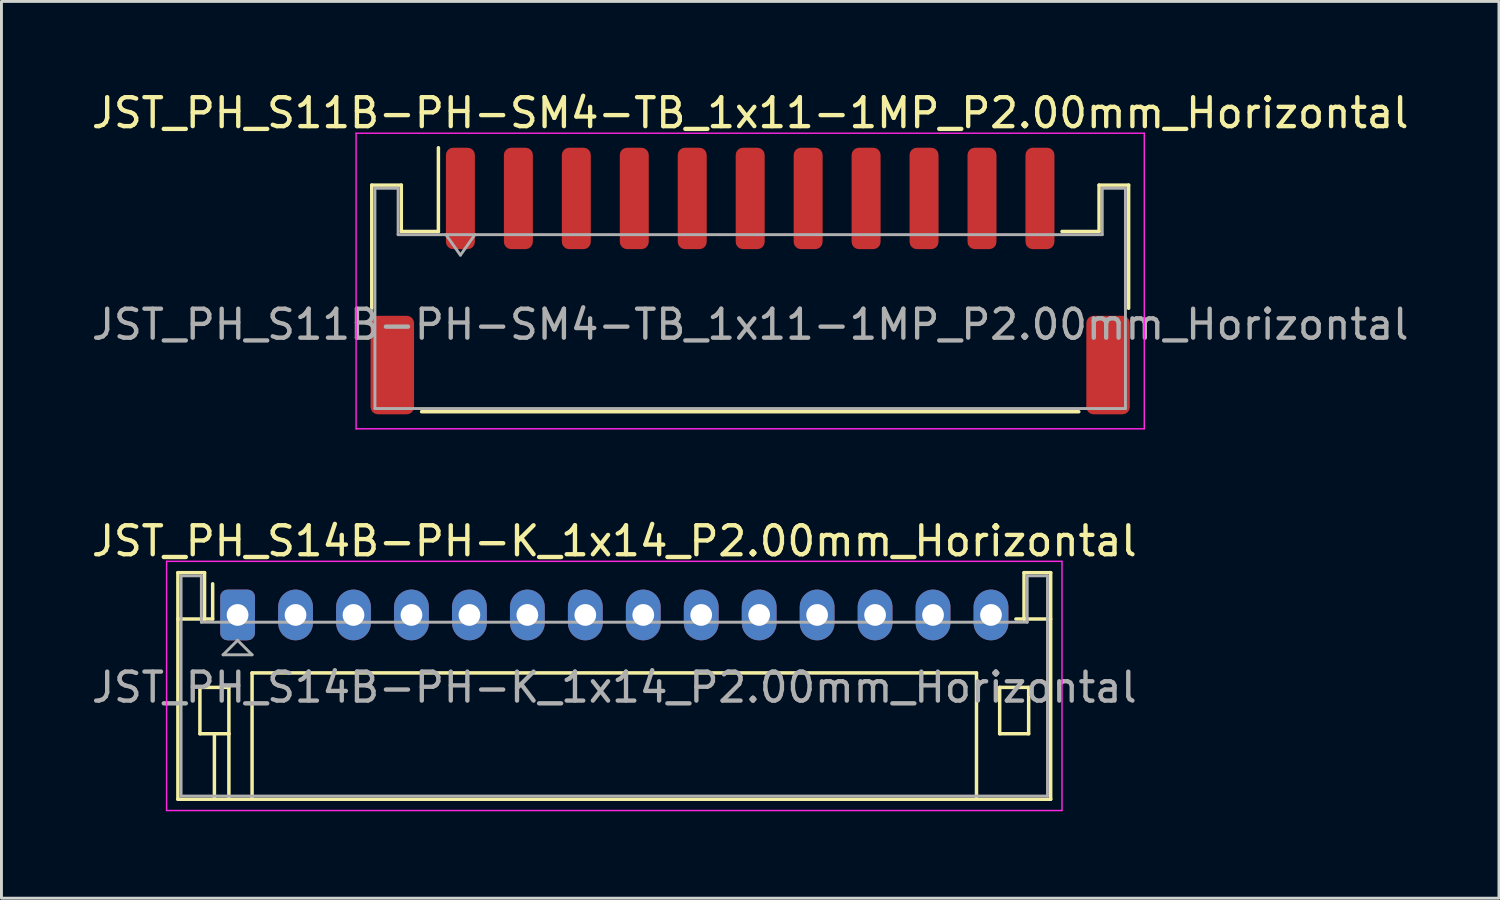
<source format=kicad_pcb>
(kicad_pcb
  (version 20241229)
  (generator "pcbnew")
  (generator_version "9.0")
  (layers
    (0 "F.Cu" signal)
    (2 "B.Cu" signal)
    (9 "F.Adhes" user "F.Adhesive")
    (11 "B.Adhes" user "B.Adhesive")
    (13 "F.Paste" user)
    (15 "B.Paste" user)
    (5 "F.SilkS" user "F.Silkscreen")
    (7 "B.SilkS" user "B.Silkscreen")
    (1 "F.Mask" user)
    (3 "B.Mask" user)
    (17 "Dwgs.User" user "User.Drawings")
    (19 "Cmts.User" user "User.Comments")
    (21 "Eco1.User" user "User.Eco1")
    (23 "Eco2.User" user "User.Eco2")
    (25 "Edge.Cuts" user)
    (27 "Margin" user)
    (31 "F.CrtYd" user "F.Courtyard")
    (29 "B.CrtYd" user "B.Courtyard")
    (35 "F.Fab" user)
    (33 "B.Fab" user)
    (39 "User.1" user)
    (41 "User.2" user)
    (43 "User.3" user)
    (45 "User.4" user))
  (footprint "JST_PH_S11B-PH-SM4-TB_1x11-1MP_P2.00mm_Horizontal"
    (layer "F.Cu")
    (at 22.839 6.648)
    (property "Reference" "JST_PH_S11B-PH-SM4-TB_1x11-1MP_P2.00mm_Horizontal" (at 0 -5.8 0) (layer "F.SilkS") (effects (font (size 1 1) (thickness 0.15))))
    (attr smd)
    (fp_line (start -13.06 -3.31) (end -12.04 -3.31) (stroke (width 0.12) (type solid)) (layer "F.SilkS"))
    (fp_line (start -13.06 0.94) (end -13.06 -3.31) (stroke (width 0.12) (type solid)) (layer "F.SilkS"))
    (fp_line (start -12.04 -3.31) (end -12.04 -1.71) (stroke (width 0.12) (type solid)) (layer "F.SilkS"))
    (fp_line (start -12.04 -1.71) (end -10.76 -1.71) (stroke (width 0.12) (type solid)) (layer "F.SilkS"))
    (fp_line (start -11.34 4.51) (end 11.34 4.51) (stroke (width 0.12) (type solid)) (layer "F.SilkS"))
    (fp_line (start -10.76 -1.71) (end -10.76 -4.6) (stroke (width 0.12) (type solid)) (layer "F.SilkS"))
    (fp_line (start 12.04 -3.31) (end 12.04 -1.71) (stroke (width 0.12) (type solid)) (layer "F.SilkS"))
    (fp_line (start 12.04 -1.71) (end 10.76 -1.71) (stroke (width 0.12) (type solid)) (layer "F.SilkS"))
    (fp_line (start 13.06 -3.31) (end 12.04 -3.31) (stroke (width 0.12) (type solid)) (layer "F.SilkS"))
    (fp_line (start 13.06 0.94) (end 13.06 -3.31) (stroke (width 0.12) (type solid)) (layer "F.SilkS"))
    (fp_line (start -13.6 -5.1) (end -13.6 5.1) (stroke (width 0.05) (type solid)) (layer "F.CrtYd"))
    (fp_line (start -13.6 5.1) (end 13.6 5.1) (stroke (width 0.05) (type solid)) (layer "F.CrtYd"))
    (fp_line (start 13.6 -5.1) (end -13.6 -5.1) (stroke (width 0.05) (type solid)) (layer "F.CrtYd"))
    (fp_line (start 13.6 5.1) (end 13.6 -5.1) (stroke (width 0.05) (type solid)) (layer "F.CrtYd"))
    (fp_line (start -12.95 -3.2) (end -12.95 4.4) (stroke (width 0.1) (type solid)) (layer "F.Fab"))
    (fp_line (start -12.95 -3.2) (end -12.15 -3.2) (stroke (width 0.1) (type solid)) (layer "F.Fab"))
    (fp_line (start -12.95 4.4) (end 12.95 4.4) (stroke (width 0.1) (type solid)) (layer "F.Fab"))
    (fp_line (start -12.15 -3.2) (end -12.15 -1.6) (stroke (width 0.1) (type solid)) (layer "F.Fab"))
    (fp_line (start -12.15 -1.6) (end 12.15 -1.6) (stroke (width 0.1) (type solid)) (layer "F.Fab"))
    (fp_line (start -10.5 -1.6) (end -10 -0.893) (stroke (width 0.1) (type solid)) (layer "F.Fab"))
    (fp_line (start -10 -0.893) (end -9.5 -1.6) (stroke (width 0.1) (type solid)) (layer "F.Fab"))
    (fp_line (start 12.15 -3.2) (end 12.95 -3.2) (stroke (width 0.1) (type solid)) (layer "F.Fab"))
    (fp_line (start 12.15 -1.6) (end 12.15 -3.2) (stroke (width 0.1) (type solid)) (layer "F.Fab"))
    (fp_line (start 12.95 -3.2) (end 12.95 4.4) (stroke (width 0.1) (type solid)) (layer "F.Fab"))
    (fp_text user "${REFERENCE}" (at 0 1.5 0) (layer "F.Fab") (effects (font (size 1 1) (thickness 0.15))))
    (pad "1" smd roundrect (at -10 -2.85) (size 1 3.5) (layers "F.Cu" "F.Mask" "F.Paste") (roundrect_rratio 0.25))
    (pad "2" smd roundrect (at -8 -2.85) (size 1 3.5) (layers "F.Cu" "F.Mask" "F.Paste") (roundrect_rratio 0.25))
    (pad "3" smd roundrect (at -6 -2.85) (size 1 3.5) (layers "F.Cu" "F.Mask" "F.Paste") (roundrect_rratio 0.25))
    (pad "4" smd roundrect (at -4 -2.85) (size 1 3.5) (layers "F.Cu" "F.Mask" "F.Paste") (roundrect_rratio 0.25))
    (pad "5" smd roundrect (at -2 -2.85) (size 1 3.5) (layers "F.Cu" "F.Mask" "F.Paste") (roundrect_rratio 0.25))
    (pad "6" smd roundrect (at 0 -2.85) (size 1 3.5) (layers "F.Cu" "F.Mask" "F.Paste") (roundrect_rratio 0.25))
    (pad "7" smd roundrect (at 2 -2.85) (size 1 3.5) (layers "F.Cu" "F.Mask" "F.Paste") (roundrect_rratio 0.25))
    (pad "8" smd roundrect (at 4 -2.85) (size 1 3.5) (layers "F.Cu" "F.Mask" "F.Paste") (roundrect_rratio 0.25))
    (pad "9" smd roundrect (at 6 -2.85) (size 1 3.5) (layers "F.Cu" "F.Mask" "F.Paste") (roundrect_rratio 0.25))
    (pad "10" smd roundrect (at 8 -2.85) (size 1 3.5) (layers "F.Cu" "F.Mask" "F.Paste") (roundrect_rratio 0.25))
    (pad "11" smd roundrect (at 10 -2.85) (size 1 3.5) (layers "F.Cu" "F.Mask" "F.Paste") (roundrect_rratio 0.25))
    (pad "MP" smd roundrect (at -12.35 2.9) (size 1.5 3.4) (layers "F.Cu" "F.Mask" "F.Paste") (roundrect_rratio 0.167))
    (pad "MP" smd roundrect (at 12.35 2.9) (size 1.5 3.4) (layers "F.Cu" "F.Mask" "F.Paste") (roundrect_rratio 0.167)))
  (footprint "JST_PH_S14B-PH-K_1x14_P2.00mm_Horizontal"
    (layer "F.Cu")
    (at 5.149 18.172)
    (property "Reference" "JST_PH_S14B-PH-K_1x14_P2.00mm_Horizontal" (at 13 -2.55 0) (layer "F.SilkS") (effects (font (size 1 1) (thickness 0.15))))
    (attr through_hole)
    (fp_line (start -2.06 -1.46) (end -2.06 6.36) (stroke (width 0.12) (type solid)) (layer "F.SilkS"))
    (fp_line (start -2.06 0.14) (end -1.14 0.14) (stroke (width 0.12) (type solid)) (layer "F.SilkS"))
    (fp_line (start -2.06 6.36) (end 28.06 6.36) (stroke (width 0.12) (type solid)) (layer "F.SilkS"))
    (fp_line (start -1.3 2.5) (end -1.3 4.1) (stroke (width 0.12) (type solid)) (layer "F.SilkS"))
    (fp_line (start -1.3 4.1) (end -0.3 4.1) (stroke (width 0.12) (type solid)) (layer "F.SilkS"))
    (fp_line (start -1.14 -1.46) (end -2.06 -1.46) (stroke (width 0.12) (type solid)) (layer "F.SilkS"))
    (fp_line (start -1.14 0.14) (end -1.14 -1.46) (stroke (width 0.12) (type solid)) (layer "F.SilkS"))
    (fp_line (start -0.86 0.14) (end -1.14 0.14) (stroke (width 0.12) (type solid)) (layer "F.SilkS"))
    (fp_line (start -0.86 0.14) (end -0.86 -1.075) (stroke (width 0.12) (type solid)) (layer "F.SilkS"))
    (fp_line (start -0.8 4.1) (end -0.8 6.36) (stroke (width 0.12) (type solid)) (layer "F.SilkS"))
    (fp_line (start -0.3 2.5) (end -1.3 2.5) (stroke (width 0.12) (type solid)) (layer "F.SilkS"))
    (fp_line (start -0.3 4.1) (end -0.3 2.5) (stroke (width 0.12) (type solid)) (layer "F.SilkS"))
    (fp_line (start -0.3 4.1) (end -0.3 6.36) (stroke (width 0.12) (type solid)) (layer "F.SilkS"))
    (fp_line (start 0.5 2) (end 25.5 2) (stroke (width 0.12) (type solid)) (layer "F.SilkS"))
    (fp_line (start 0.5 6.36) (end 0.5 2) (stroke (width 0.12) (type solid)) (layer "F.SilkS"))
    (fp_line (start 25.5 2) (end 25.5 6.36) (stroke (width 0.12) (type solid)) (layer "F.SilkS"))
    (fp_line (start 26.3 2.5) (end 27.3 2.5) (stroke (width 0.12) (type solid)) (layer "F.SilkS"))
    (fp_line (start 26.3 4.1) (end 26.3 2.5) (stroke (width 0.12) (type solid)) (layer "F.SilkS"))
    (fp_line (start 27.14 -1.46) (end 27.14 0.14) (stroke (width 0.12) (type solid)) (layer "F.SilkS"))
    (fp_line (start 27.14 0.14) (end 26.86 0.14) (stroke (width 0.12) (type solid)) (layer "F.SilkS"))
    (fp_line (start 27.3 2.5) (end 27.3 4.1) (stroke (width 0.12) (type solid)) (layer "F.SilkS"))
    (fp_line (start 27.3 4.1) (end 26.3 4.1) (stroke (width 0.12) (type solid)) (layer "F.SilkS"))
    (fp_line (start 28.06 -1.46) (end 27.14 -1.46) (stroke (width 0.12) (type solid)) (layer "F.SilkS"))
    (fp_line (start 28.06 0.14) (end 27.14 0.14) (stroke (width 0.12) (type solid)) (layer "F.SilkS"))
    (fp_line (start 28.06 6.36) (end 28.06 -1.46) (stroke (width 0.12) (type solid)) (layer "F.SilkS"))
    (fp_line (start -2.45 -1.85) (end -2.45 6.75) (stroke (width 0.05) (type solid)) (layer "F.CrtYd"))
    (fp_line (start -2.45 6.75) (end 28.45 6.75) (stroke (width 0.05) (type solid)) (layer "F.CrtYd"))
    (fp_line (start 28.45 -1.85) (end -2.45 -1.85) (stroke (width 0.05) (type solid)) (layer "F.CrtYd"))
    (fp_line (start 28.45 6.75) (end 28.45 -1.85) (stroke (width 0.05) (type solid)) (layer "F.CrtYd"))
    (fp_line (start -1.95 -1.35) (end -1.95 6.25) (stroke (width 0.1) (type solid)) (layer "F.Fab"))
    (fp_line (start -1.95 6.25) (end 27.95 6.25) (stroke (width 0.1) (type solid)) (layer "F.Fab"))
    (fp_line (start -1.25 -1.35) (end -1.95 -1.35) (stroke (width 0.1) (type solid)) (layer "F.Fab"))
    (fp_line (start -1.25 0.25) (end -1.25 -1.35) (stroke (width 0.1) (type solid)) (layer "F.Fab"))
    (fp_line (start -0.5 1.375) (end 0.5 1.375) (stroke (width 0.1) (type solid)) (layer "F.Fab"))
    (fp_line (start 0 0.875) (end -0.5 1.375) (stroke (width 0.1) (type solid)) (layer "F.Fab"))
    (fp_line (start 0.5 1.375) (end 0 0.875) (stroke (width 0.1) (type solid)) (layer "F.Fab"))
    (fp_line (start 27.25 -1.35) (end 27.25 0.25) (stroke (width 0.1) (type solid)) (layer "F.Fab"))
    (fp_line (start 27.25 0.25) (end -1.25 0.25) (stroke (width 0.1) (type solid)) (layer "F.Fab"))
    (fp_line (start 27.95 -1.35) (end 27.25 -1.35) (stroke (width 0.1) (type solid)) (layer "F.Fab"))
    (fp_line (start 27.95 6.25) (end 27.95 -1.35) (stroke (width 0.1) (type solid)) (layer "F.Fab"))
    (fp_text user "${REFERENCE}" (at 13 2.5 0) (layer "F.Fab") (effects (font (size 1 1) (thickness 0.15))))
    (pad "1" thru_hole roundrect (at 0 0) (size 1.2 1.75) (drill 0.75) (layers "*.Cu" "*.Mask") (roundrect_rratio 0.208))
    (pad "2" thru_hole oval (at 2 0) (size 1.2 1.75) (drill 0.75) (layers "*.Cu" "*.Mask"))
    (pad "3" thru_hole oval (at 4 0) (size 1.2 1.75) (drill 0.75) (layers "*.Cu" "*.Mask"))
    (pad "4" thru_hole oval (at 6 0) (size 1.2 1.75) (drill 0.75) (layers "*.Cu" "*.Mask"))
    (pad "5" thru_hole oval (at 8 0) (size 1.2 1.75) (drill 0.75) (layers "*.Cu" "*.Mask"))
    (pad "6" thru_hole oval (at 10 0) (size 1.2 1.75) (drill 0.75) (layers "*.Cu" "*.Mask"))
    (pad "7" thru_hole oval (at 12 0) (size 1.2 1.75) (drill 0.75) (layers "*.Cu" "*.Mask"))
    (pad "8" thru_hole oval (at 14 0) (size 1.2 1.75) (drill 0.75) (layers "*.Cu" "*.Mask"))
    (pad "9" thru_hole oval (at 16 0) (size 1.2 1.75) (drill 0.75) (layers "*.Cu" "*.Mask"))
    (pad "10" thru_hole oval (at 18 0) (size 1.2 1.75) (drill 0.75) (layers "*.Cu" "*.Mask"))
    (pad "11" thru_hole oval (at 20 0) (size 1.2 1.75) (drill 0.75) (layers "*.Cu" "*.Mask"))
    (pad "12" thru_hole oval (at 22 0) (size 1.2 1.75) (drill 0.75) (layers "*.Cu" "*.Mask"))
    (pad "13" thru_hole oval (at 24 0) (size 1.2 1.75) (drill 0.75) (layers "*.Cu" "*.Mask"))
    (pad "14" thru_hole oval (at 26 0) (size 1.2 1.75) (drill 0.75) (layers "*.Cu" "*.Mask")))
  (gr_rect
    (start -3 -3)
    (end 48.679 27.947)
    (stroke (width 0.1) (type default))
    (fill no)
    (layer "Edge.Cuts")))
</source>
